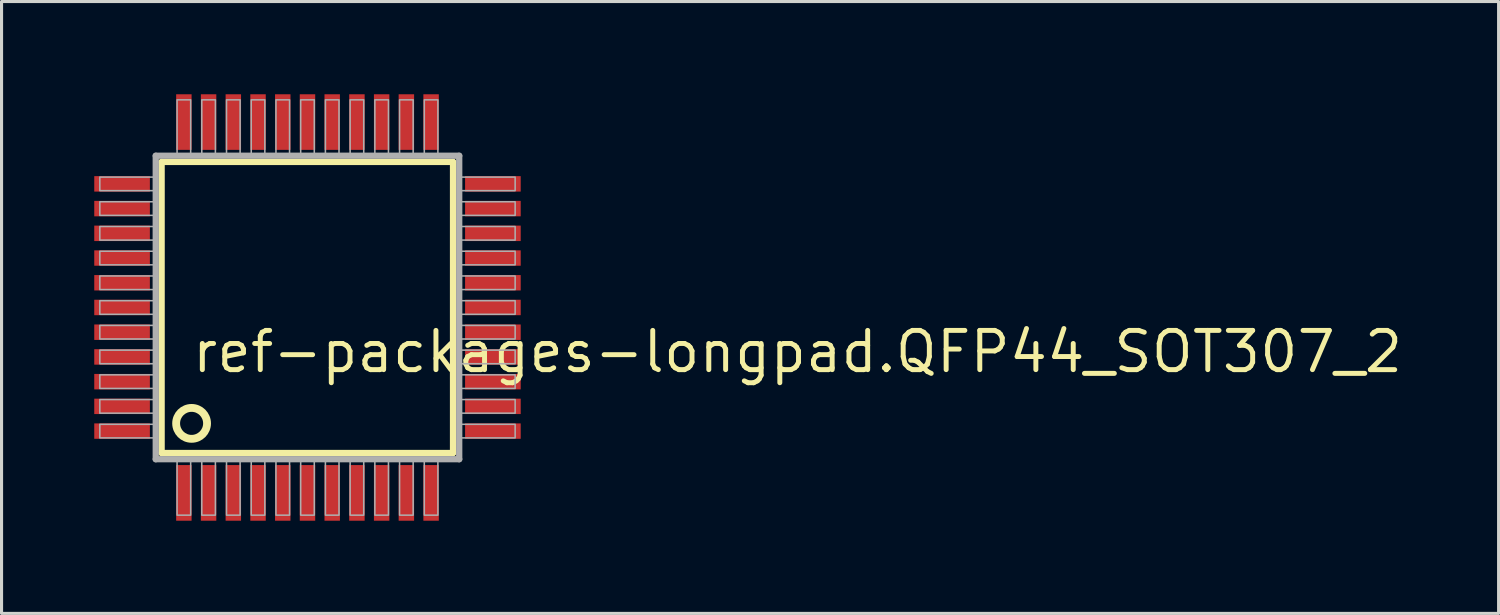
<source format=kicad_pcb>
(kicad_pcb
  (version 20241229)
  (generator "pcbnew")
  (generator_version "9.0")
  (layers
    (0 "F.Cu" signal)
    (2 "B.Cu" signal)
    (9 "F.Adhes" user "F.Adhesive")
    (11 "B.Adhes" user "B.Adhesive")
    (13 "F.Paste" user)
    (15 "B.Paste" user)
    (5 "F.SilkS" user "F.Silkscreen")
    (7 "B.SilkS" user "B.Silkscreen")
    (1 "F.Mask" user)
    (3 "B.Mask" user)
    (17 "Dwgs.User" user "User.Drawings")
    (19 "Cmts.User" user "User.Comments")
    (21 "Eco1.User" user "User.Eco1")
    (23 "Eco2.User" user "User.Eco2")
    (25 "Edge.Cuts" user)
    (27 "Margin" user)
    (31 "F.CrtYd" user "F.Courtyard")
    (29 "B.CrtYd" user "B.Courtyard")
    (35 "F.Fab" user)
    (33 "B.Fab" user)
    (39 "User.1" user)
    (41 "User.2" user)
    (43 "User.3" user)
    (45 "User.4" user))
  (footprint "ref-packages-longpad.QFP44_SOT307_2"
    (layer "F.Cu")
    (at 6.9 6.9)
    (property "Reference" "ref-packages-longpad.QFP44_SOT307_2" (at -3.81 2.175 0) (layer "F.SilkS") (effects (font (size 1.27 1.27) (thickness 0.16)) (justify left bottom)))
    (attr smd)
    (fp_line (start -4.72 -4.71) (end 4.71 -4.71) (stroke (width 0.203) (type default)) (layer "F.SilkS"))
    (fp_line (start -4.72 4.71) (end -4.72 -4.71) (stroke (width 0.203) (type default)) (layer "F.SilkS"))
    (fp_line (start 4.71 -4.71) (end 4.71 4.71) (stroke (width 0.203) (type default)) (layer "F.SilkS"))
    (fp_line (start 4.71 4.71) (end -4.72 4.71) (stroke (width 0.203) (type default)) (layer "F.SilkS"))
    (fp_circle (center -3.75 3.75) (end -3.25 3.75) (stroke (width 0.254) (type default)) (fill no) (layer "F.SilkS"))
    (fp_line (start -4.91 -4.91) (end -4.91 4.91) (stroke (width 0.203) (type default)) (layer "F.Fab"))
    (fp_line (start -4.91 4.91) (end 4.91 4.91) (stroke (width 0.203) (type default)) (layer "F.Fab"))
    (fp_line (start 4.91 -4.91) (end -4.91 -4.91) (stroke (width 0.203) (type default)) (layer "F.Fab"))
    (fp_line (start 4.91 4.91) (end 4.91 -4.91) (stroke (width 0.203) (type default)) (layer "F.Fab"))
    (fp_rect (start -6.72 -3.78) (end -4.95 -4.22) (stroke (width 0.05) (type default)) (fill no) (layer "F.Fab"))
    (fp_rect (start -6.72 -2.98) (end -4.95 -3.42) (stroke (width 0.05) (type default)) (fill no) (layer "F.Fab"))
    (fp_rect (start -6.72 -2.18) (end -4.95 -2.62) (stroke (width 0.05) (type default)) (fill no) (layer "F.Fab"))
    (fp_rect (start -6.72 -1.38) (end -4.95 -1.82) (stroke (width 0.05) (type default)) (fill no) (layer "F.Fab"))
    (fp_rect (start -6.72 -0.58) (end -4.95 -1.02) (stroke (width 0.05) (type default)) (fill no) (layer "F.Fab"))
    (fp_rect (start -6.72 0.22) (end -4.95 -0.22) (stroke (width 0.05) (type default)) (fill no) (layer "F.Fab"))
    (fp_rect (start -6.72 1.02) (end -4.95 0.58) (stroke (width 0.05) (type default)) (fill no) (layer "F.Fab"))
    (fp_rect (start -6.72 1.82) (end -4.95 1.38) (stroke (width 0.05) (type default)) (fill no) (layer "F.Fab"))
    (fp_rect (start -6.72 2.62) (end -4.95 2.18) (stroke (width 0.05) (type default)) (fill no) (layer "F.Fab"))
    (fp_rect (start -6.72 3.42) (end -4.95 2.98) (stroke (width 0.05) (type default)) (fill no) (layer "F.Fab"))
    (fp_rect (start -6.72 4.22) (end -4.95 3.78) (stroke (width 0.05) (type default)) (fill no) (layer "F.Fab"))
    (fp_rect (start -4.22 -4.95) (end -3.78 -6.72) (stroke (width 0.05) (type default)) (fill no) (layer "F.Fab"))
    (fp_rect (start -4.22 6.72) (end -3.78 4.95) (stroke (width 0.05) (type default)) (fill no) (layer "F.Fab"))
    (fp_rect (start -3.42 -4.95) (end -2.98 -6.72) (stroke (width 0.05) (type default)) (fill no) (layer "F.Fab"))
    (fp_rect (start -3.42 6.72) (end -2.98 4.95) (stroke (width 0.05) (type default)) (fill no) (layer "F.Fab"))
    (fp_rect (start -2.62 -4.95) (end -2.18 -6.72) (stroke (width 0.05) (type default)) (fill no) (layer "F.Fab"))
    (fp_rect (start -2.62 6.72) (end -2.18 4.95) (stroke (width 0.05) (type default)) (fill no) (layer "F.Fab"))
    (fp_rect (start -1.82 -4.95) (end -1.38 -6.72) (stroke (width 0.05) (type default)) (fill no) (layer "F.Fab"))
    (fp_rect (start -1.82 6.72) (end -1.38 4.95) (stroke (width 0.05) (type default)) (fill no) (layer "F.Fab"))
    (fp_rect (start -1.02 -4.95) (end -0.58 -6.72) (stroke (width 0.05) (type default)) (fill no) (layer "F.Fab"))
    (fp_rect (start -1.02 6.72) (end -0.58 4.95) (stroke (width 0.05) (type default)) (fill no) (layer "F.Fab"))
    (fp_rect (start -0.22 -4.95) (end 0.22 -6.72) (stroke (width 0.05) (type default)) (fill no) (layer "F.Fab"))
    (fp_rect (start -0.22 6.72) (end 0.22 4.95) (stroke (width 0.05) (type default)) (fill no) (layer "F.Fab"))
    (fp_rect (start 0.58 -4.95) (end 1.02 -6.72) (stroke (width 0.05) (type default)) (fill no) (layer "F.Fab"))
    (fp_rect (start 0.58 6.72) (end 1.02 4.95) (stroke (width 0.05) (type default)) (fill no) (layer "F.Fab"))
    (fp_rect (start 1.38 -4.95) (end 1.82 -6.72) (stroke (width 0.05) (type default)) (fill no) (layer "F.Fab"))
    (fp_rect (start 1.38 6.72) (end 1.82 4.95) (stroke (width 0.05) (type default)) (fill no) (layer "F.Fab"))
    (fp_rect (start 2.18 -4.95) (end 2.62 -6.72) (stroke (width 0.05) (type default)) (fill no) (layer "F.Fab"))
    (fp_rect (start 2.18 6.72) (end 2.62 4.95) (stroke (width 0.05) (type default)) (fill no) (layer "F.Fab"))
    (fp_rect (start 2.98 -4.95) (end 3.42 -6.72) (stroke (width 0.05) (type default)) (fill no) (layer "F.Fab"))
    (fp_rect (start 2.98 6.72) (end 3.42 4.95) (stroke (width 0.05) (type default)) (fill no) (layer "F.Fab"))
    (fp_rect (start 3.78 -4.95) (end 4.22 -6.72) (stroke (width 0.05) (type default)) (fill no) (layer "F.Fab"))
    (fp_rect (start 3.78 6.72) (end 4.22 4.95) (stroke (width 0.05) (type default)) (fill no) (layer "F.Fab"))
    (fp_rect (start 4.95 -3.78) (end 6.72 -4.22) (stroke (width 0.05) (type default)) (fill no) (layer "F.Fab"))
    (fp_rect (start 4.95 -2.98) (end 6.72 -3.42) (stroke (width 0.05) (type default)) (fill no) (layer "F.Fab"))
    (fp_rect (start 4.95 -2.18) (end 6.72 -2.62) (stroke (width 0.05) (type default)) (fill no) (layer "F.Fab"))
    (fp_rect (start 4.95 -1.38) (end 6.72 -1.82) (stroke (width 0.05) (type default)) (fill no) (layer "F.Fab"))
    (fp_rect (start 4.95 -0.58) (end 6.72 -1.02) (stroke (width 0.05) (type default)) (fill no) (layer "F.Fab"))
    (fp_rect (start 4.95 0.22) (end 6.72 -0.22) (stroke (width 0.05) (type default)) (fill no) (layer "F.Fab"))
    (fp_rect (start 4.95 1.02) (end 6.72 0.58) (stroke (width 0.05) (type default)) (fill no) (layer "F.Fab"))
    (fp_rect (start 4.95 1.82) (end 6.72 1.38) (stroke (width 0.05) (type default)) (fill no) (layer "F.Fab"))
    (fp_rect (start 4.95 2.62) (end 6.72 2.18) (stroke (width 0.05) (type default)) (fill no) (layer "F.Fab"))
    (fp_rect (start 4.95 3.42) (end 6.72 2.98) (stroke (width 0.05) (type default)) (fill no) (layer "F.Fab"))
    (fp_rect (start 4.95 4.22) (end 6.72 3.78) (stroke (width 0.05) (type default)) (fill no) (layer "F.Fab"))
    (pad "1" smd roundrect (at -4 6) (size 0.5 1.8) (layers "F.Cu" "F.Mask" "F.Paste") (roundrect_rratio 0.01))
    (pad "2" smd roundrect (at -3.2 6) (size 0.5 1.8) (layers "F.Cu" "F.Mask" "F.Paste") (roundrect_rratio 0.01))
    (pad "3" smd roundrect (at -2.4 6) (size 0.5 1.8) (layers "F.Cu" "F.Mask" "F.Paste") (roundrect_rratio 0.01))
    (pad "4" smd roundrect (at -1.6 6) (size 0.5 1.8) (layers "F.Cu" "F.Mask" "F.Paste") (roundrect_rratio 0.01))
    (pad "5" smd roundrect (at -0.8 6) (size 0.5 1.8) (layers "F.Cu" "F.Mask" "F.Paste") (roundrect_rratio 0.01))
    (pad "6" smd roundrect (at 0 6) (size 0.5 1.8) (layers "F.Cu" "F.Mask" "F.Paste") (roundrect_rratio 0.01))
    (pad "7" smd roundrect (at 0.8 6) (size 0.5 1.8) (layers "F.Cu" "F.Mask" "F.Paste") (roundrect_rratio 0.01))
    (pad "8" smd roundrect (at 1.6 6) (size 0.5 1.8) (layers "F.Cu" "F.Mask" "F.Paste") (roundrect_rratio 0.01))
    (pad "9" smd roundrect (at 2.4 6) (size 0.5 1.8) (layers "F.Cu" "F.Mask" "F.Paste") (roundrect_rratio 0.01))
    (pad "10" smd roundrect (at 3.2 6) (size 0.5 1.8) (layers "F.Cu" "F.Mask" "F.Paste") (roundrect_rratio 0.01))
    (pad "11" smd roundrect (at 4 6) (size 0.5 1.8) (layers "F.Cu" "F.Mask" "F.Paste") (roundrect_rratio 0.01))
    (pad "12" smd roundrect (at 6 4) (size 1.8 0.5) (layers "F.Cu" "F.Mask" "F.Paste") (roundrect_rratio 0.01))
    (pad "13" smd roundrect (at 6 3.2) (size 1.8 0.5) (layers "F.Cu" "F.Mask" "F.Paste") (roundrect_rratio 0.01))
    (pad "14" smd roundrect (at 6 2.4) (size 1.8 0.5) (layers "F.Cu" "F.Mask" "F.Paste") (roundrect_rratio 0.01))
    (pad "15" smd roundrect (at 6 1.6) (size 1.8 0.5) (layers "F.Cu" "F.Mask" "F.Paste") (roundrect_rratio 0.01))
    (pad "16" smd roundrect (at 6 0.8) (size 1.8 0.5) (layers "F.Cu" "F.Mask" "F.Paste") (roundrect_rratio 0.01))
    (pad "17" smd roundrect (at 6 0) (size 1.8 0.5) (layers "F.Cu" "F.Mask" "F.Paste") (roundrect_rratio 0.01))
    (pad "18" smd roundrect (at 6 -0.8) (size 1.8 0.5) (layers "F.Cu" "F.Mask" "F.Paste") (roundrect_rratio 0.01))
    (pad "19" smd roundrect (at 6 -1.6) (size 1.8 0.5) (layers "F.Cu" "F.Mask" "F.Paste") (roundrect_rratio 0.01))
    (pad "20" smd roundrect (at 6 -2.4) (size 1.8 0.5) (layers "F.Cu" "F.Mask" "F.Paste") (roundrect_rratio 0.01))
    (pad "21" smd roundrect (at 6 -3.2) (size 1.8 0.5) (layers "F.Cu" "F.Mask" "F.Paste") (roundrect_rratio 0.01))
    (pad "22" smd roundrect (at 6 -4) (size 1.8 0.5) (layers "F.Cu" "F.Mask" "F.Paste") (roundrect_rratio 0.01))
    (pad "23" smd roundrect (at 4 -6) (size 0.5 1.8) (layers "F.Cu" "F.Mask" "F.Paste") (roundrect_rratio 0.01))
    (pad "24" smd roundrect (at 3.2 -6) (size 0.5 1.8) (layers "F.Cu" "F.Mask" "F.Paste") (roundrect_rratio 0.01))
    (pad "25" smd roundrect (at 2.4 -6) (size 0.5 1.8) (layers "F.Cu" "F.Mask" "F.Paste") (roundrect_rratio 0.01))
    (pad "26" smd roundrect (at 1.6 -6) (size 0.5 1.8) (layers "F.Cu" "F.Mask" "F.Paste") (roundrect_rratio 0.01))
    (pad "27" smd roundrect (at 0.8 -6) (size 0.5 1.8) (layers "F.Cu" "F.Mask" "F.Paste") (roundrect_rratio 0.01))
    (pad "28" smd roundrect (at 0 -6) (size 0.5 1.8) (layers "F.Cu" "F.Mask" "F.Paste") (roundrect_rratio 0.01))
    (pad "29" smd roundrect (at -0.8 -6) (size 0.5 1.8) (layers "F.Cu" "F.Mask" "F.Paste") (roundrect_rratio 0.01))
    (pad "30" smd roundrect (at -1.6 -6) (size 0.5 1.8) (layers "F.Cu" "F.Mask" "F.Paste") (roundrect_rratio 0.01))
    (pad "31" smd roundrect (at -2.4 -6) (size 0.5 1.8) (layers "F.Cu" "F.Mask" "F.Paste") (roundrect_rratio 0.01))
    (pad "32" smd roundrect (at -3.2 -6) (size 0.5 1.8) (layers "F.Cu" "F.Mask" "F.Paste") (roundrect_rratio 0.01))
    (pad "33" smd roundrect (at -4 -6) (size 0.5 1.8) (layers "F.Cu" "F.Mask" "F.Paste") (roundrect_rratio 0.01))
    (pad "34" smd roundrect (at -6 -4) (size 1.8 0.5) (layers "F.Cu" "F.Mask" "F.Paste") (roundrect_rratio 0.01))
    (pad "35" smd roundrect (at -6 -3.2) (size 1.8 0.5) (layers "F.Cu" "F.Mask" "F.Paste") (roundrect_rratio 0.01))
    (pad "36" smd roundrect (at -6 -2.4) (size 1.8 0.5) (layers "F.Cu" "F.Mask" "F.Paste") (roundrect_rratio 0.01))
    (pad "37" smd roundrect (at -6 -1.6) (size 1.8 0.5) (layers "F.Cu" "F.Mask" "F.Paste") (roundrect_rratio 0.01))
    (pad "38" smd roundrect (at -6 -0.8) (size 1.8 0.5) (layers "F.Cu" "F.Mask" "F.Paste") (roundrect_rratio 0.01))
    (pad "39" smd roundrect (at -6 0) (size 1.8 0.5) (layers "F.Cu" "F.Mask" "F.Paste") (roundrect_rratio 0.01))
    (pad "40" smd roundrect (at -6 0.8) (size 1.8 0.5) (layers "F.Cu" "F.Mask" "F.Paste") (roundrect_rratio 0.01))
    (pad "41" smd roundrect (at -6 1.6) (size 1.8 0.5) (layers "F.Cu" "F.Mask" "F.Paste") (roundrect_rratio 0.01))
    (pad "42" smd roundrect (at -6 2.4) (size 1.8 0.5) (layers "F.Cu" "F.Mask" "F.Paste") (roundrect_rratio 0.01))
    (pad "43" smd roundrect (at -6 3.2) (size 1.8 0.5) (layers "F.Cu" "F.Mask" "F.Paste") (roundrect_rratio 0.01))
    (pad "44" smd roundrect (at -6 4) (size 1.8 0.5) (layers "F.Cu" "F.Mask" "F.Paste") (roundrect_rratio 0.01)))
  (gr_rect
    (start -3 -3)
    (end 45.444 16.8)
    (stroke (width 0.1) (type default))
    (fill no)
    (layer "Edge.Cuts")))
</source>
